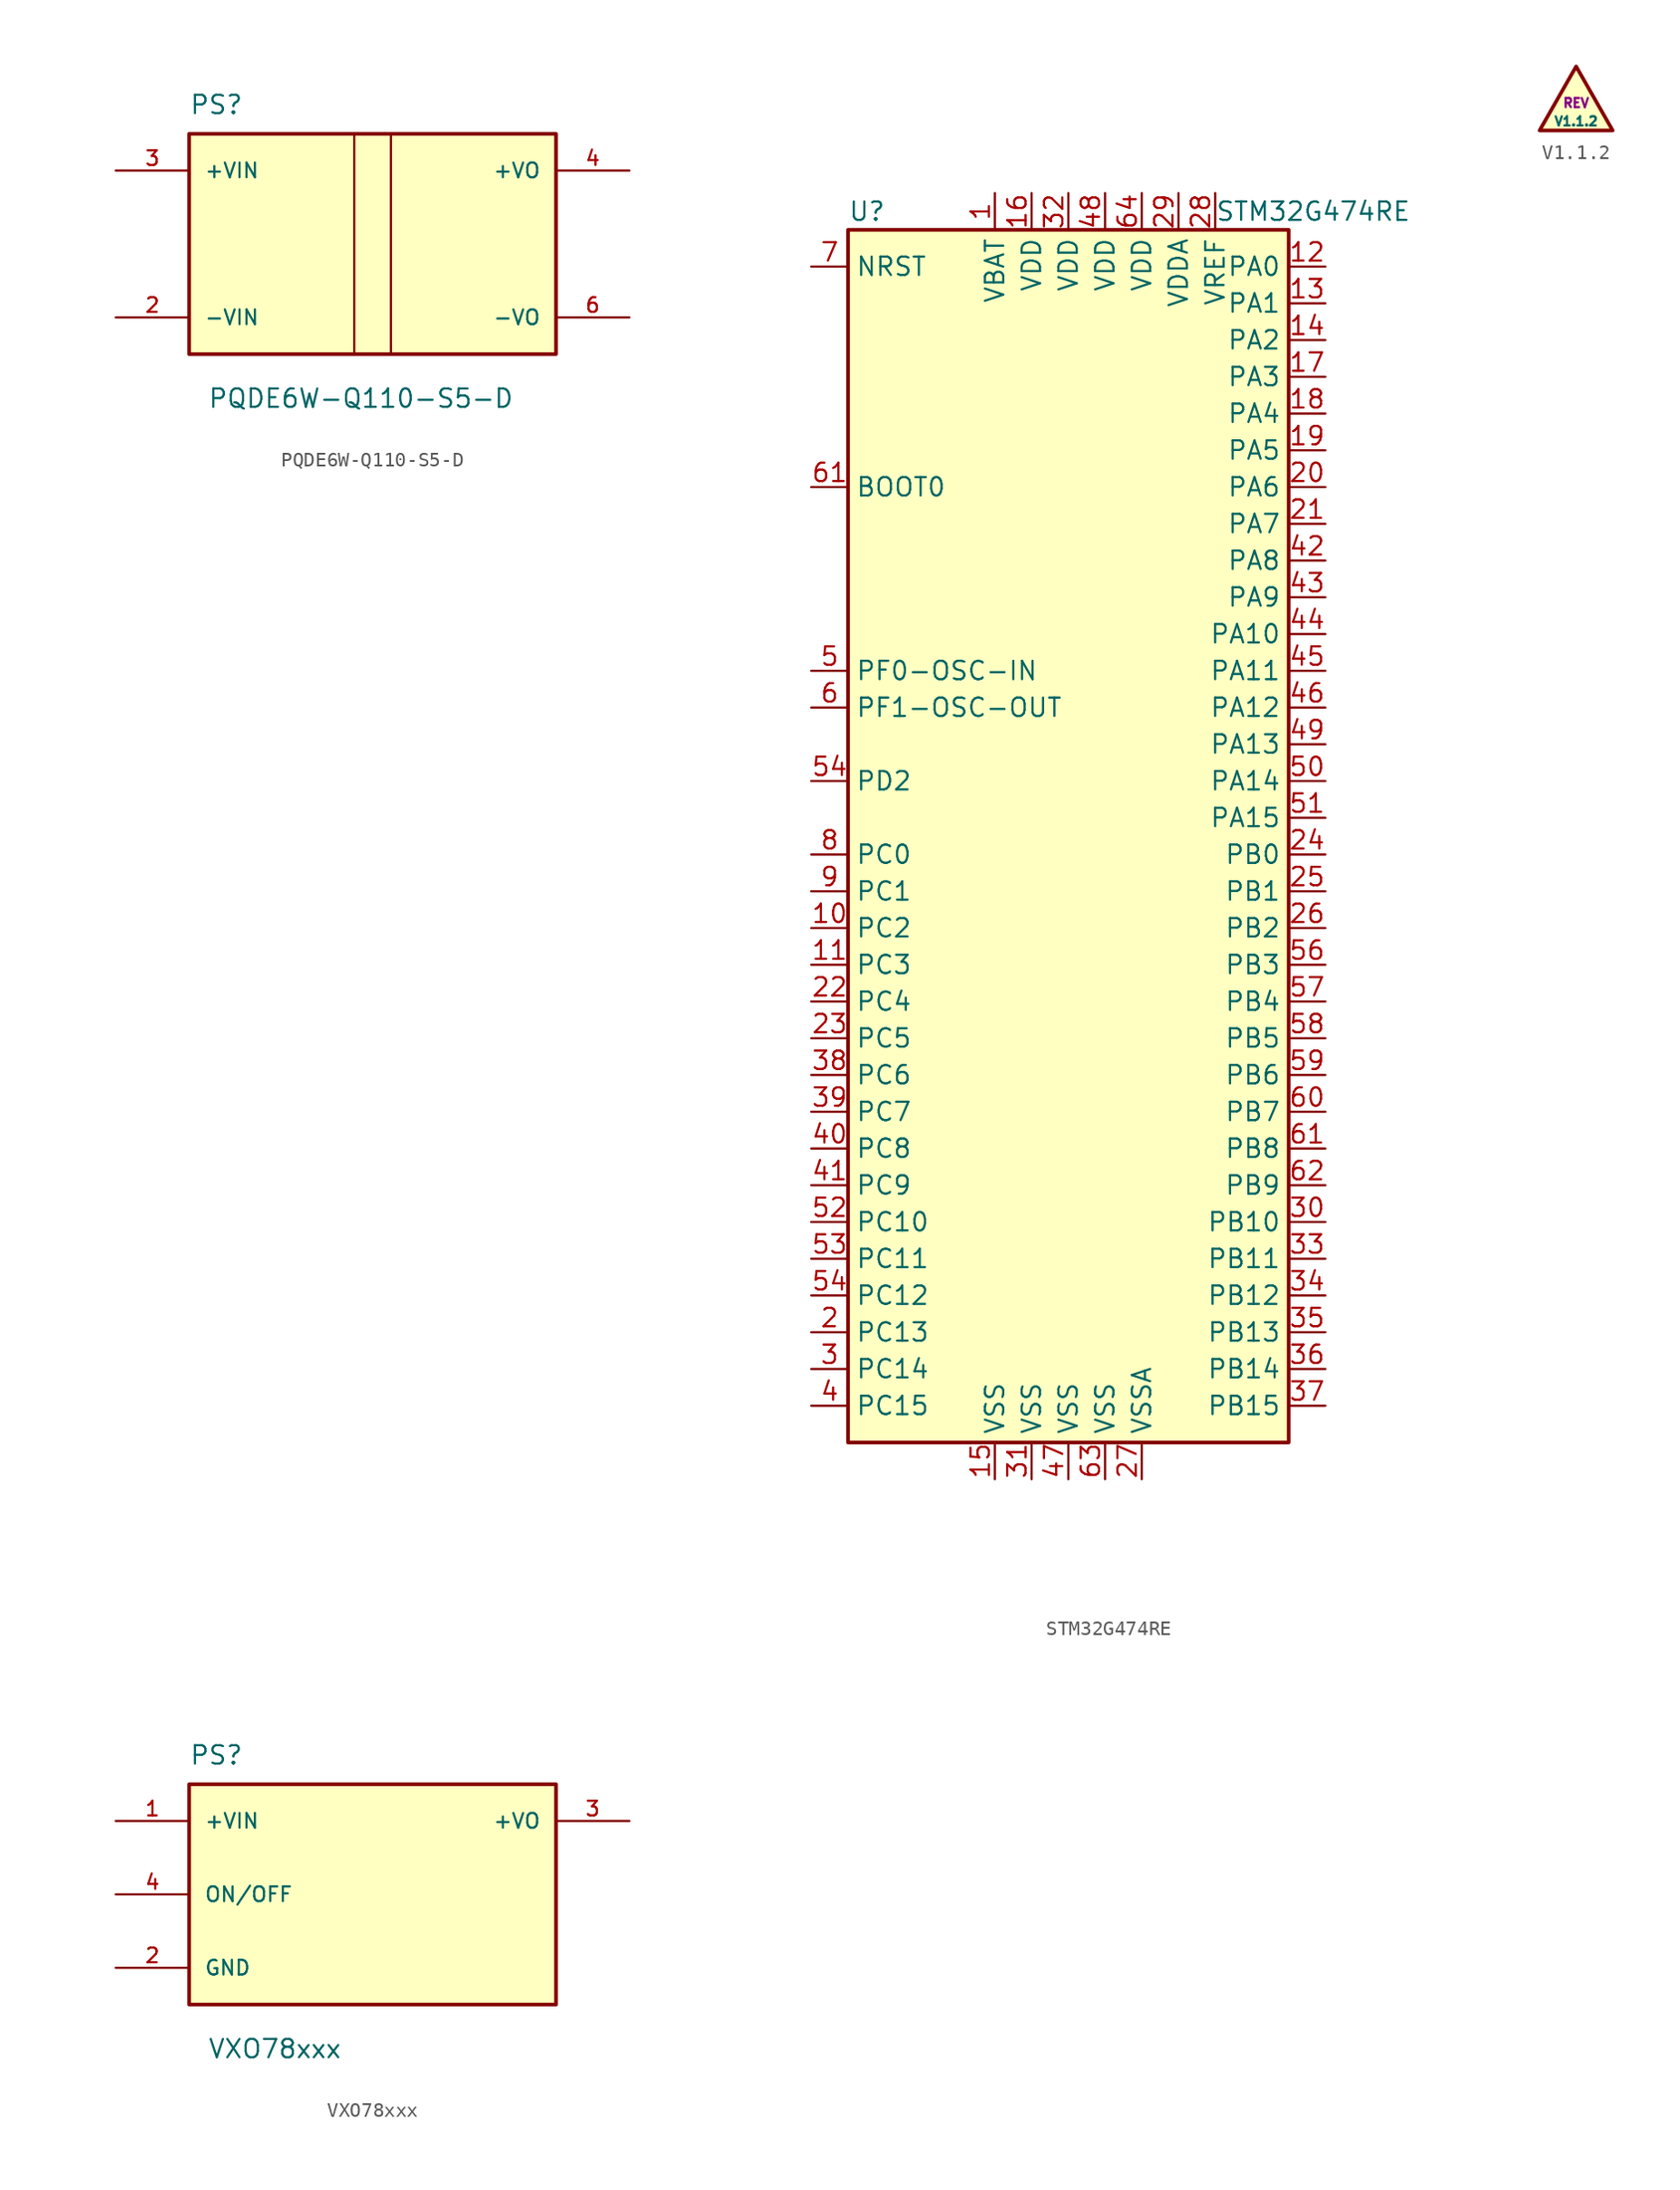
<source format=kicad_sym>
(kicad_symbol_lib
  (version 20211014)
  (generator kicad_symbol_editor)
  (symbol "PQDE6W-Q110-S5-D"
    (pin_names
      (offset 1.016))
    (property "Reference" "PS"
      (at -12.7 8.89 0)
      (effects (font (size 1.27 1.27)) (justify left bottom)))
    (property "Value" "PQDE6W-Q110-S5-D"
      (at -11.43 -11.43 0)
      (effects (font (size 1.27 1.27)) (justify left bottom)))
    (symbol "PQDE6W-Q110-S5-D_0_0"
      (rectangle (start -12.7 -7.62) (end 12.7 7.62) (stroke (width 0.254) (type default) (color 0 0 0 0)) (fill (type background)))
      (pin input line (at -17.78 -5.08 0) (length 5.08) (name "-VIN" (effects (font (size 1.016 1.016)))) (number "2" (effects (font (size 1.016 1.016)))))
      (pin input line (at -17.78 5.08 0) (length 5.08) (name "+VIN" (effects (font (size 1.016 1.016)))) (number "3" (effects (font (size 1.016 1.016)))))
      (pin output line (at 17.78 5.08 180) (length 5.08) (name "+VO" (effects (font (size 1.016 1.016)))) (number "4" (effects (font (size 1.016 1.016)))))
      (pin output line (at 17.78 -5.08 180) (length 5.08) (name "-VO" (effects (font (size 1.016 1.016)))) (number "6" (effects (font (size 1.016 1.016))))))
    (symbol "PQDE6W-Q110-S5-D_0_1"
      (polyline (pts (xy -1.27 7.62) (xy -1.27 -7.62)) (stroke (width 0) (type default) (color 0 0 0 0)) (fill (type none)))
      (polyline (pts (xy 1.27 7.62) (xy 1.27 -7.62)) (stroke (width 0) (type default) (color 0 0 0 0)) (fill (type none)))))
  (symbol "STM32G474RE"
    (property "Reference" "U"
      (at -15.24 41.91 0)
      (effects (font (size 1.27 1.27)) (justify left)))
    (property "Value" "STM32G474RE"
      (at 10.16 41.91 0)
      (effects (font (size 1.27 1.27)) (justify left)))
    (symbol "STM32G474RE_0_1"
      (rectangle (start -15.24 -43.18) (end 15.24 40.64) (stroke (width 0.254) (type default) (color 0 0 0 0)) (fill (type background))))
    (symbol "STM32G474RE_1_1"
      (pin power_in line (at -5.08 43.18 270) (length 2.54) (name "VBAT" (effects (font (size 1.27 1.27)))) (number "1" (effects (font (size 1.27 1.27)))))
      (pin bidirectional line (at -17.78 -7.62 0) (length 2.54) (name "PC2" (effects (font (size 1.27 1.27)))) (number "10" (effects (font (size 1.27 1.27)))))
      (pin bidirectional line (at -17.78 -10.16 0) (length 2.54) (name "PC3" (effects (font (size 1.27 1.27)))) (number "11" (effects (font (size 1.27 1.27)))))
      (pin bidirectional line (at 17.78 38.1 180) (length 2.54) (name "PA0" (effects (font (size 1.27 1.27)))) (number "12" (effects (font (size 1.27 1.27)))))
      (pin bidirectional line (at 17.78 35.56 180) (length 2.54) (name "PA1" (effects (font (size 1.27 1.27)))) (number "13" (effects (font (size 1.27 1.27)))))
      (pin bidirectional line (at 17.78 33.02 180) (length 2.54) (name "PA2" (effects (font (size 1.27 1.27)))) (number "14" (effects (font (size 1.27 1.27)))))
      (pin power_in line (at -5.08 -45.72 90) (length 2.54) (name "VSS" (effects (font (size 1.27 1.27)))) (number "15" (effects (font (size 1.27 1.27)))))
      (pin power_in line (at -2.54 43.18 270) (length 2.54) (name "VDD" (effects (font (size 1.27 1.27)))) (number "16" (effects (font (size 1.27 1.27)))))
      (pin bidirectional line (at 17.78 30.48 180) (length 2.54) (name "PA3" (effects (font (size 1.27 1.27)))) (number "17" (effects (font (size 1.27 1.27)))))
      (pin bidirectional line (at 17.78 27.94 180) (length 2.54) (name "PA4" (effects (font (size 1.27 1.27)))) (number "18" (effects (font (size 1.27 1.27)))))
      (pin bidirectional line (at 17.78 25.4 180) (length 2.54) (name "PA5" (effects (font (size 1.27 1.27)))) (number "19" (effects (font (size 1.27 1.27)))))
      (pin bidirectional line (at -17.78 -35.56 0) (length 2.54) (name "PC13" (effects (font (size 1.27 1.27)))) (number "2" (effects (font (size 1.27 1.27)))))
      (pin bidirectional line (at 17.78 22.86 180) (length 2.54) (name "PA6" (effects (font (size 1.27 1.27)))) (number "20" (effects (font (size 1.27 1.27)))))
      (pin bidirectional line (at 17.78 20.32 180) (length 2.54) (name "PA7" (effects (font (size 1.27 1.27)))) (number "21" (effects (font (size 1.27 1.27)))))
      (pin bidirectional line (at -17.78 -12.7 0) (length 2.54) (name "PC4" (effects (font (size 1.27 1.27)))) (number "22" (effects (font (size 1.27 1.27)))))
      (pin bidirectional line (at -17.78 -15.24 0) (length 2.54) (name "PC5" (effects (font (size 1.27 1.27)))) (number "23" (effects (font (size 1.27 1.27)))))
      (pin bidirectional line (at 17.78 -2.54 180) (length 2.54) (name "PB0" (effects (font (size 1.27 1.27)))) (number "24" (effects (font (size 1.27 1.27)))))
      (pin bidirectional line (at 17.78 -5.08 180) (length 2.54) (name "PB1" (effects (font (size 1.27 1.27)))) (number "25" (effects (font (size 1.27 1.27)))))
      (pin bidirectional line (at 17.78 -7.62 180) (length 2.54) (name "PB2" (effects (font (size 1.27 1.27)))) (number "26" (effects (font (size 1.27 1.27)))))
      (pin power_in line (at 5.08 -45.72 90) (length 2.54) (name "VSSA" (effects (font (size 1.27 1.27)))) (number "27" (effects (font (size 1.27 1.27)))))
      (pin bidirectional line (at 10.16 43.18 270) (length 2.54) (name "VREF" (effects (font (size 1.27 1.27)))) (number "28" (effects (font (size 1.27 1.27)))))
      (pin power_in line (at 7.62 43.18 270) (length 2.54) (name "VDDA" (effects (font (size 1.27 1.27)))) (number "29" (effects (font (size 1.27 1.27)))))
      (pin bidirectional line (at -17.78 -38.1 0) (length 2.54) (name "PC14" (effects (font (size 1.27 1.27)))) (number "3" (effects (font (size 1.27 1.27)))))
      (pin bidirectional line (at 17.78 -27.94 180) (length 2.54) (name "PB10" (effects (font (size 1.27 1.27)))) (number "30" (effects (font (size 1.27 1.27)))))
      (pin power_in line (at -2.54 -45.72 90) (length 2.54) (name "VSS" (effects (font (size 1.27 1.27)))) (number "31" (effects (font (size 1.27 1.27)))))
      (pin power_in line (at 0 43.18 270) (length 2.54) (name "VDD" (effects (font (size 1.27 1.27)))) (number "32" (effects (font (size 1.27 1.27)))))
      (pin bidirectional line (at 17.78 -30.48 180) (length 2.54) (name "PB11" (effects (font (size 1.27 1.27)))) (number "33" (effects (font (size 1.27 1.27)))))
      (pin bidirectional line (at 17.78 -33.02 180) (length 2.54) (name "PB12" (effects (font (size 1.27 1.27)))) (number "34" (effects (font (size 1.27 1.27)))))
      (pin bidirectional line (at 17.78 -35.56 180) (length 2.54) (name "PB13" (effects (font (size 1.27 1.27)))) (number "35" (effects (font (size 1.27 1.27)))))
      (pin bidirectional line (at 17.78 -38.1 180) (length 2.54) (name "PB14" (effects (font (size 1.27 1.27)))) (number "36" (effects (font (size 1.27 1.27)))))
      (pin bidirectional line (at 17.78 -40.64 180) (length 2.54) (name "PB15" (effects (font (size 1.27 1.27)))) (number "37" (effects (font (size 1.27 1.27)))))
      (pin bidirectional line (at -17.78 -17.78 0) (length 2.54) (name "PC6" (effects (font (size 1.27 1.27)))) (number "38" (effects (font (size 1.27 1.27)))))
      (pin bidirectional line (at -17.78 -20.32 0) (length 2.54) (name "PC7" (effects (font (size 1.27 1.27)))) (number "39" (effects (font (size 1.27 1.27)))))
      (pin bidirectional line (at -17.78 -40.64 0) (length 2.54) (name "PC15" (effects (font (size 1.27 1.27)))) (number "4" (effects (font (size 1.27 1.27)))))
      (pin bidirectional line (at -17.78 -22.86 0) (length 2.54) (name "PC8" (effects (font (size 1.27 1.27)))) (number "40" (effects (font (size 1.27 1.27)))))
      (pin bidirectional line (at -17.78 -25.4 0) (length 2.54) (name "PC9" (effects (font (size 1.27 1.27)))) (number "41" (effects (font (size 1.27 1.27)))))
      (pin bidirectional line (at 17.78 17.78 180) (length 2.54) (name "PA8" (effects (font (size 1.27 1.27)))) (number "42" (effects (font (size 1.27 1.27)))))
      (pin bidirectional line (at 17.78 15.24 180) (length 2.54) (name "PA9" (effects (font (size 1.27 1.27)))) (number "43" (effects (font (size 1.27 1.27)))))
      (pin bidirectional line (at 17.78 12.7 180) (length 2.54) (name "PA10" (effects (font (size 1.27 1.27)))) (number "44" (effects (font (size 1.27 1.27)))))
      (pin bidirectional line (at 17.78 10.16 180) (length 2.54) (name "PA11" (effects (font (size 1.27 1.27)))) (number "45" (effects (font (size 1.27 1.27)))))
      (pin bidirectional line (at 17.78 7.62 180) (length 2.54) (name "PA12" (effects (font (size 1.27 1.27)))) (number "46" (effects (font (size 1.27 1.27)))))
      (pin power_in line (at 0 -45.72 90) (length 2.54) (name "VSS" (effects (font (size 1.27 1.27)))) (number "47" (effects (font (size 1.27 1.27)))))
      (pin power_in line (at 2.54 43.18 270) (length 2.54) (name "VDD" (effects (font (size 1.27 1.27)))) (number "48" (effects (font (size 1.27 1.27)))))
      (pin bidirectional line (at 17.78 5.08 180) (length 2.54) (name "PA13" (effects (font (size 1.27 1.27)))) (number "49" (effects (font (size 1.27 1.27)))))
      (pin input line (at -17.78 10.16 0) (length 2.54) (name "PF0-OSC-IN" (effects (font (size 1.27 1.27)))) (number "5" (effects (font (size 1.27 1.27)))))
      (pin bidirectional line (at 17.78 2.54 180) (length 2.54) (name "PA14" (effects (font (size 1.27 1.27)))) (number "50" (effects (font (size 1.27 1.27)))))
      (pin bidirectional line (at 17.78 0 180) (length 2.54) (name "PA15" (effects (font (size 1.27 1.27)))) (number "51" (effects (font (size 1.27 1.27)))))
      (pin bidirectional line (at -17.78 -27.94 0) (length 2.54) (name "PC10" (effects (font (size 1.27 1.27)))) (number "52" (effects (font (size 1.27 1.27)))))
      (pin bidirectional line (at -17.78 -30.48 0) (length 2.54) (name "PC11" (effects (font (size 1.27 1.27)))) (number "53" (effects (font (size 1.27 1.27)))))
      (pin bidirectional line (at -17.78 -33.02 0) (length 2.54) (name "PC12" (effects (font (size 1.27 1.27)))) (number "54" (effects (font (size 1.27 1.27)))))
      (pin bidirectional line (at -17.78 2.54 0) (length 2.54) (name "PD2" (effects (font (size 1.27 1.27)))) (number "54" (effects (font (size 1.27 1.27)))))
      (pin bidirectional line (at 17.78 -10.16 180) (length 2.54) (name "PB3" (effects (font (size 1.27 1.27)))) (number "56" (effects (font (size 1.27 1.27)))))
      (pin bidirectional line (at 17.78 -12.7 180) (length 2.54) (name "PB4" (effects (font (size 1.27 1.27)))) (number "57" (effects (font (size 1.27 1.27)))))
      (pin bidirectional line (at 17.78 -15.24 180) (length 2.54) (name "PB5" (effects (font (size 1.27 1.27)))) (number "58" (effects (font (size 1.27 1.27)))))
      (pin bidirectional line (at 17.78 -17.78 180) (length 2.54) (name "PB6" (effects (font (size 1.27 1.27)))) (number "59" (effects (font (size 1.27 1.27)))))
      (pin input line (at -17.78 7.62 0) (length 2.54) (name "PF1-OSC-OUT" (effects (font (size 1.27 1.27)))) (number "6" (effects (font (size 1.27 1.27)))))
      (pin bidirectional line (at 17.78 -20.32 180) (length 2.54) (name "PB7" (effects (font (size 1.27 1.27)))) (number "60" (effects (font (size 1.27 1.27)))))
      (pin input line (at -17.78 22.86 0) (length 2.54) (name "BOOT0" (effects (font (size 1.27 1.27)))) (number "61" (effects (font (size 1.27 1.27)))))
      (pin bidirectional line (at 17.78 -22.86 180) (length 2.54) (name "PB8" (effects (font (size 1.27 1.27)))) (number "61" (effects (font (size 1.27 1.27)))))
      (pin bidirectional line (at 17.78 -25.4 180) (length 2.54) (name "PB9" (effects (font (size 1.27 1.27)))) (number "62" (effects (font (size 1.27 1.27)))))
      (pin power_in line (at 2.54 -45.72 90) (length 2.54) (name "VSS" (effects (font (size 1.27 1.27)))) (number "63" (effects (font (size 1.27 1.27)))))
      (pin power_in line (at 5.08 43.18 270) (length 2.54) (name "VDD" (effects (font (size 1.27 1.27)))) (number "64" (effects (font (size 1.27 1.27)))))
      (pin input line (at -17.78 38.1 0) (length 2.54) (name "NRST" (effects (font (size 1.27 1.27)))) (number "7" (effects (font (size 1.27 1.27)))))
      (pin bidirectional line (at -17.78 -2.54 0) (length 2.54) (name "PC0" (effects (font (size 1.27 1.27)))) (number "8" (effects (font (size 1.27 1.27)))))
      (pin bidirectional line (at -17.78 -5.08 0) (length 2.54) (name "PC1" (effects (font (size 1.27 1.27)))) (number "9" (effects (font (size 1.27 1.27)))))))
  (symbol "V1.1.2"
    (pin_names
      (offset 1.016) hide)
    (property "Reference" "#REV"
      (at -0.127 3.302 0)
      (effects (font (size 0.635 0.635)) hide))
    (property "Value" "V1.1.2"
      (at 0 -1.27 0)
      (effects (font (size 0.635 0.635))))
    (property "REV" "REV"
      (at 0 0 0)
      (effects (font (size 0.635 0.635))))
    (symbol "V1.1.2_0_1"
      (polyline (pts (xy -2.54 -1.905) (xy 2.54 -1.905) (xy 0 2.54) (xy -2.54 -1.905)) (stroke (width 0.254) (type default) (color 0 0 0 0)) (fill (type background)))))
  (symbol "VXO78xxx"
    (pin_names
      (offset 1.016))
    (property "Reference" "PS"
      (at -12.7 8.89 0)
      (effects (font (size 1.27 1.27)) (justify left bottom)))
    (property "Value" "VXO78xxx"
      (at -11.43 -11.43 0)
      (effects (font (size 1.27 1.27)) (justify left bottom)))
    (property "ki_locked" ""
      (at 0 0 0)
      (effects (font (size 1.27 1.27))))
    (symbol "VXO78xxx_0_0"
      (rectangle (start -12.7 -7.62) (end 12.7 7.62) (stroke (width 0.254) (type default) (color 0 0 0 0)) (fill (type background)))
      (pin input line (at -17.78 5.08 0) (length 5.08) (name "+VIN" (effects (font (size 1.016 1.016)))) (number "1" (effects (font (size 1.016 1.016)))))
      (pin power_in line (at -17.78 -5.08 0) (length 5.08) (name "GND" (effects (font (size 1.016 1.016)))) (number "2" (effects (font (size 1.016 1.016)))))
      (pin output line (at 17.78 5.08 180) (length 5.08) (name "+VO" (effects (font (size 1.016 1.016)))) (number "3" (effects (font (size 1.016 1.016)))))
      (pin input line (at -17.78 0 0) (length 5.08) (name "ON/OFF" (effects (font (size 1.016 1.016)))) (number "4" (effects (font (size 1.016 1.016))))))))
</source>
